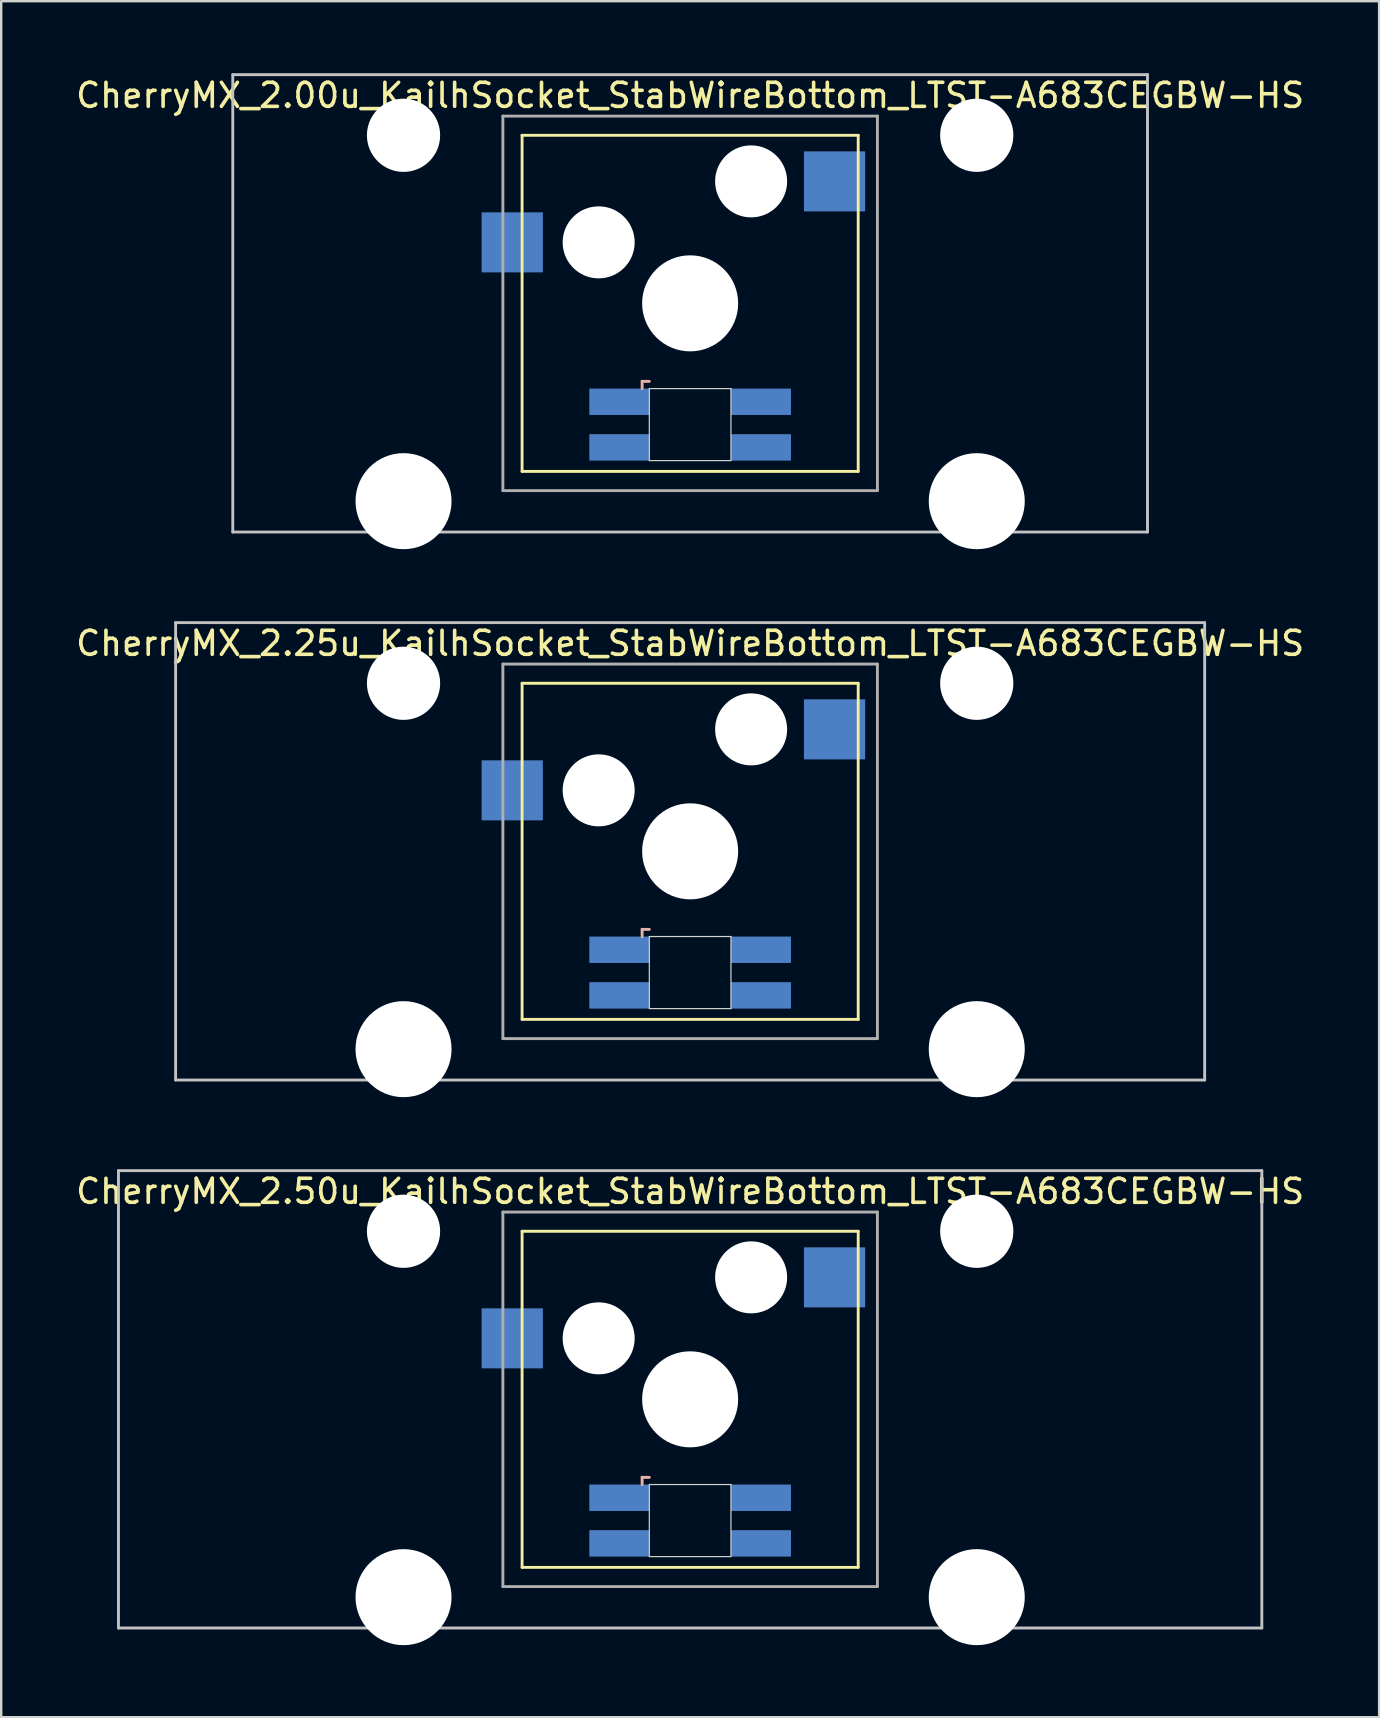
<source format=kicad_pcb>
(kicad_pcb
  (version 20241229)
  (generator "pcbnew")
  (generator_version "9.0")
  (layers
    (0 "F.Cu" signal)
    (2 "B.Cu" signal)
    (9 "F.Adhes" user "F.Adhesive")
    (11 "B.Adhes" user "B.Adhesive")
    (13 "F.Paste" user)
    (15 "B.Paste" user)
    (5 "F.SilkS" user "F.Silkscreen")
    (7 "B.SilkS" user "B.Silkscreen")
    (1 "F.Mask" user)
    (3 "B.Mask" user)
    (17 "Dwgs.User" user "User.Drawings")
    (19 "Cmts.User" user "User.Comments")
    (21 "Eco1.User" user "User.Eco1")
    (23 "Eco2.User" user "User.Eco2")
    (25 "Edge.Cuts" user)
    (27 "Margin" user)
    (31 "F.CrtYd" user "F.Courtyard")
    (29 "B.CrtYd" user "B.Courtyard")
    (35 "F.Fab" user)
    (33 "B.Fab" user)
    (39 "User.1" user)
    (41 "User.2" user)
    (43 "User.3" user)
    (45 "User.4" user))
  (footprint "CherryMX_2.25u_KailhSocket_StabWireBottom_LTST-A683CEGBW-HS"
    (layer "F.Cu")
    (at 25.696 32.41)
    (property "Reference" "CherryMX_2.25u_KailhSocket_StabWireBottom_LTST-A683CEGBW-HS" (at 0 -8.662 0) (layer "F.SilkS") (effects (font (size 1 1) (thickness 0.15))))
    (attr through_hole)
    (fp_line (start -7 -7) (end -7 7) (stroke (width 0.12) (type solid)) (layer "F.SilkS"))
    (fp_line (start -7 -7) (end 7 -7) (stroke (width 0.12) (type solid)) (layer "F.SilkS"))
    (fp_line (start 7 -7) (end 7 7) (stroke (width 0.12) (type solid)) (layer "F.SilkS"))
    (fp_line (start 7 7) (end -7 7) (stroke (width 0.12) (type solid)) (layer "F.SilkS"))
    (fp_line (start -2 3.25) (end -2 3.55) (stroke (width 0.12) (type solid)) (layer "B.SilkS"))
    (fp_line (start -1.7 3.25) (end -2 3.25) (stroke (width 0.12) (type solid)) (layer "B.SilkS"))
    (fp_line (start -21.431 -9.525) (end 21.431 -9.525) (stroke (width 0.12) (type solid)) (layer "Dwgs.User"))
    (fp_line (start -21.431 9.525) (end -21.431 -9.525) (stroke (width 0.12) (type solid)) (layer "Dwgs.User"))
    (fp_line (start 21.431 -9.525) (end 21.431 9.525) (stroke (width 0.12) (type solid)) (layer "Dwgs.User"))
    (fp_line (start 21.431 9.525) (end -21.431 9.525) (stroke (width 0.12) (type solid)) (layer "Dwgs.User"))
    (fp_line (start -1.7 3.55) (end 1.7 3.55) (stroke (width 0.05) (type solid)) (layer "Edge.Cuts"))
    (fp_line (start -1.7 6.55) (end -1.7 3.55) (stroke (width 0.05) (type solid)) (layer "Edge.Cuts"))
    (fp_line (start 1.7 3.55) (end 1.7 6.55) (stroke (width 0.05) (type solid)) (layer "Edge.Cuts"))
    (fp_line (start 1.7 6.55) (end -1.7 6.55) (stroke (width 0.05) (type solid)) (layer "Edge.Cuts"))
    (fp_line (start -7.8 -7.8) (end -7.8 7.8) (stroke (width 0.12) (type solid)) (layer "F.Fab"))
    (fp_line (start -7.8 -7.8) (end 7.8 -7.8) (stroke (width 0.12) (type solid)) (layer "F.Fab"))
    (fp_line (start -7.8 7.8) (end 7.8 7.8) (stroke (width 0.12) (type solid)) (layer "F.Fab"))
    (fp_line (start 7.8 -7.8) (end 7.8 7.8) (stroke (width 0.12) (type solid)) (layer "F.Fab"))
    (pad "" np_thru_hole circle (at -11.938 -7) (size 3.05 3.05) (drill 3.05) (layers "*.Cu" "*.Mask"))
    (pad "" np_thru_hole circle (at -11.938 8.24) (size 4 4) (drill 4) (layers "*.Cu" "*.Mask"))
    (pad "" np_thru_hole circle (at -3.81 -2.54) (size 3 3) (drill 3) (layers "*.Cu" "*.Mask"))
    (pad "" np_thru_hole circle (at 0 0) (size 4 4) (drill 4) (layers "*.Cu" "*.Mask"))
    (pad "" np_thru_hole circle (at 2.54 -5.08) (size 3 3) (drill 3) (layers "*.Cu" "*.Mask"))
    (pad "" np_thru_hole circle (at 11.938 -7) (size 3.05 3.05) (drill 3.05) (layers "*.Cu" "*.Mask"))
    (pad "" np_thru_hole circle (at 11.938 8.24) (size 4 4) (drill 4) (layers "*.Cu" "*.Mask"))
    (pad "1" smd rect (at -7.41 -2.54) (size 2.55 2.5) (layers "B.Cu" "B.Mask" "B.Paste"))
    (pad "2" smd rect (at 6.015 -5.08) (size 2.55 2.5) (layers "B.Cu" "B.Mask" "B.Paste"))
    (pad "3" smd rect (at -2.95 4.1) (size 2.5 1.1) (layers "B.Cu" "B.Mask" "B.Paste"))
    (pad "4" smd rect (at -2.95 6) (size 2.5 1.1) (layers "B.Cu" "B.Mask" "B.Paste"))
    (pad "5" smd rect (at 2.95 4.1) (size 2.5 1.1) (layers "B.Cu" "B.Mask" "B.Paste"))
    (pad "6" smd rect (at 2.95 6) (size 2.5 1.1) (layers "B.Cu" "B.Mask" "B.Paste")))
  (footprint "CherryMX_2.00u_KailhSocket_StabWireBottom_LTST-A683CEGBW-HS"
    (layer "F.Cu")
    (at 25.696 9.585)
    (property "Reference" "CherryMX_2.00u_KailhSocket_StabWireBottom_LTST-A683CEGBW-HS" (at 0 -8.662 0) (layer "F.SilkS") (effects (font (size 1 1) (thickness 0.15))))
    (attr through_hole)
    (fp_line (start -7 -7) (end -7 7) (stroke (width 0.12) (type solid)) (layer "F.SilkS"))
    (fp_line (start -7 -7) (end 7 -7) (stroke (width 0.12) (type solid)) (layer "F.SilkS"))
    (fp_line (start 7 -7) (end 7 7) (stroke (width 0.12) (type solid)) (layer "F.SilkS"))
    (fp_line (start 7 7) (end -7 7) (stroke (width 0.12) (type solid)) (layer "F.SilkS"))
    (fp_line (start -2 3.25) (end -2 3.55) (stroke (width 0.12) (type solid)) (layer "B.SilkS"))
    (fp_line (start -1.7 3.25) (end -2 3.25) (stroke (width 0.12) (type solid)) (layer "B.SilkS"))
    (fp_line (start -19.05 -9.525) (end 19.05 -9.525) (stroke (width 0.12) (type solid)) (layer "Dwgs.User"))
    (fp_line (start -19.05 9.525) (end -19.05 -9.525) (stroke (width 0.12) (type solid)) (layer "Dwgs.User"))
    (fp_line (start 19.05 -9.525) (end 19.05 9.525) (stroke (width 0.12) (type solid)) (layer "Dwgs.User"))
    (fp_line (start 19.05 9.525) (end -19.05 9.525) (stroke (width 0.12) (type solid)) (layer "Dwgs.User"))
    (fp_line (start -1.7 3.55) (end 1.7 3.55) (stroke (width 0.05) (type solid)) (layer "Edge.Cuts"))
    (fp_line (start -1.7 6.55) (end -1.7 3.55) (stroke (width 0.05) (type solid)) (layer "Edge.Cuts"))
    (fp_line (start 1.7 3.55) (end 1.7 6.55) (stroke (width 0.05) (type solid)) (layer "Edge.Cuts"))
    (fp_line (start 1.7 6.55) (end -1.7 6.55) (stroke (width 0.05) (type solid)) (layer "Edge.Cuts"))
    (fp_line (start -7.8 -7.8) (end -7.8 7.8) (stroke (width 0.12) (type solid)) (layer "F.Fab"))
    (fp_line (start -7.8 -7.8) (end 7.8 -7.8) (stroke (width 0.12) (type solid)) (layer "F.Fab"))
    (fp_line (start -7.8 7.8) (end 7.8 7.8) (stroke (width 0.12) (type solid)) (layer "F.Fab"))
    (fp_line (start 7.8 -7.8) (end 7.8 7.8) (stroke (width 0.12) (type solid)) (layer "F.Fab"))
    (pad "" np_thru_hole circle (at -11.938 -7) (size 3.05 3.05) (drill 3.05) (layers "*.Cu" "*.Mask"))
    (pad "" np_thru_hole circle (at -11.938 8.24) (size 4 4) (drill 4) (layers "*.Cu" "*.Mask"))
    (pad "" np_thru_hole circle (at -3.81 -2.54) (size 3 3) (drill 3) (layers "*.Cu" "*.Mask"))
    (pad "" np_thru_hole circle (at 0 0) (size 4 4) (drill 4) (layers "*.Cu" "*.Mask"))
    (pad "" np_thru_hole circle (at 2.54 -5.08) (size 3 3) (drill 3) (layers "*.Cu" "*.Mask"))
    (pad "" np_thru_hole circle (at 11.938 -7) (size 3.05 3.05) (drill 3.05) (layers "*.Cu" "*.Mask"))
    (pad "" np_thru_hole circle (at 11.938 8.24) (size 4 4) (drill 4) (layers "*.Cu" "*.Mask"))
    (pad "1" smd rect (at -7.41 -2.54) (size 2.55 2.5) (layers "B.Cu" "B.Mask" "B.Paste"))
    (pad "2" smd rect (at 6.015 -5.08) (size 2.55 2.5) (layers "B.Cu" "B.Mask" "B.Paste"))
    (pad "3" smd rect (at -2.95 4.1) (size 2.5 1.1) (layers "B.Cu" "B.Mask" "B.Paste"))
    (pad "4" smd rect (at -2.95 6) (size 2.5 1.1) (layers "B.Cu" "B.Mask" "B.Paste"))
    (pad "5" smd rect (at 2.95 4.1) (size 2.5 1.1) (layers "B.Cu" "B.Mask" "B.Paste"))
    (pad "6" smd rect (at 2.95 6) (size 2.5 1.1) (layers "B.Cu" "B.Mask" "B.Paste")))
  (footprint "CherryMX_2.50u_KailhSocket_StabWireBottom_LTST-A683CEGBW-HS"
    (layer "F.Cu")
    (at 25.696 55.235)
    (property "Reference" "CherryMX_2.50u_KailhSocket_StabWireBottom_LTST-A683CEGBW-HS" (at 0 -8.662 0) (layer "F.SilkS") (effects (font (size 1 1) (thickness 0.15))))
    (attr through_hole)
    (fp_line (start -7 -7) (end -7 7) (stroke (width 0.12) (type solid)) (layer "F.SilkS"))
    (fp_line (start -7 -7) (end 7 -7) (stroke (width 0.12) (type solid)) (layer "F.SilkS"))
    (fp_line (start 7 -7) (end 7 7) (stroke (width 0.12) (type solid)) (layer "F.SilkS"))
    (fp_line (start 7 7) (end -7 7) (stroke (width 0.12) (type solid)) (layer "F.SilkS"))
    (fp_line (start -2 3.25) (end -2 3.55) (stroke (width 0.12) (type solid)) (layer "B.SilkS"))
    (fp_line (start -1.7 3.25) (end -2 3.25) (stroke (width 0.12) (type solid)) (layer "B.SilkS"))
    (fp_line (start -23.812 -9.525) (end 23.812 -9.525) (stroke (width 0.12) (type solid)) (layer "Dwgs.User"))
    (fp_line (start -23.812 9.525) (end -23.812 -9.525) (stroke (width 0.12) (type solid)) (layer "Dwgs.User"))
    (fp_line (start 23.812 -9.525) (end 23.812 9.525) (stroke (width 0.12) (type solid)) (layer "Dwgs.User"))
    (fp_line (start 23.812 9.525) (end -23.812 9.525) (stroke (width 0.12) (type solid)) (layer "Dwgs.User"))
    (fp_line (start -1.7 3.55) (end 1.7 3.55) (stroke (width 0.05) (type solid)) (layer "Edge.Cuts"))
    (fp_line (start -1.7 6.55) (end -1.7 3.55) (stroke (width 0.05) (type solid)) (layer "Edge.Cuts"))
    (fp_line (start 1.7 3.55) (end 1.7 6.55) (stroke (width 0.05) (type solid)) (layer "Edge.Cuts"))
    (fp_line (start 1.7 6.55) (end -1.7 6.55) (stroke (width 0.05) (type solid)) (layer "Edge.Cuts"))
    (fp_line (start -7.8 -7.8) (end -7.8 7.8) (stroke (width 0.12) (type solid)) (layer "F.Fab"))
    (fp_line (start -7.8 -7.8) (end 7.8 -7.8) (stroke (width 0.12) (type solid)) (layer "F.Fab"))
    (fp_line (start -7.8 7.8) (end 7.8 7.8) (stroke (width 0.12) (type solid)) (layer "F.Fab"))
    (fp_line (start 7.8 -7.8) (end 7.8 7.8) (stroke (width 0.12) (type solid)) (layer "F.Fab"))
    (pad "" np_thru_hole circle (at -11.938 -7) (size 3.05 3.05) (drill 3.05) (layers "*.Cu" "*.Mask"))
    (pad "" np_thru_hole circle (at -11.938 8.24) (size 4 4) (drill 4) (layers "*.Cu" "*.Mask"))
    (pad "" np_thru_hole circle (at -3.81 -2.54) (size 3 3) (drill 3) (layers "*.Cu" "*.Mask"))
    (pad "" np_thru_hole circle (at 0 0) (size 4 4) (drill 4) (layers "*.Cu" "*.Mask"))
    (pad "" np_thru_hole circle (at 2.54 -5.08) (size 3 3) (drill 3) (layers "*.Cu" "*.Mask"))
    (pad "" np_thru_hole circle (at 11.938 -7) (size 3.05 3.05) (drill 3.05) (layers "*.Cu" "*.Mask"))
    (pad "" np_thru_hole circle (at 11.938 8.24) (size 4 4) (drill 4) (layers "*.Cu" "*.Mask"))
    (pad "1" smd rect (at -7.41 -2.54) (size 2.55 2.5) (layers "B.Cu" "B.Mask" "B.Paste"))
    (pad "2" smd rect (at 6.015 -5.08) (size 2.55 2.5) (layers "B.Cu" "B.Mask" "B.Paste"))
    (pad "3" smd rect (at -2.95 4.1) (size 2.5 1.1) (layers "B.Cu" "B.Mask" "B.Paste"))
    (pad "4" smd rect (at -2.95 6) (size 2.5 1.1) (layers "B.Cu" "B.Mask" "B.Paste"))
    (pad "5" smd rect (at 2.95 4.1) (size 2.5 1.1) (layers "B.Cu" "B.Mask" "B.Paste"))
    (pad "6" smd rect (at 2.95 6) (size 2.5 1.1) (layers "B.Cu" "B.Mask" "B.Paste")))
  (gr_rect
    (start -3 -3)
    (end 54.393 68.475)
    (stroke (width 0.1) (type default))
    (fill no)
    (layer "Edge.Cuts")))
</source>
